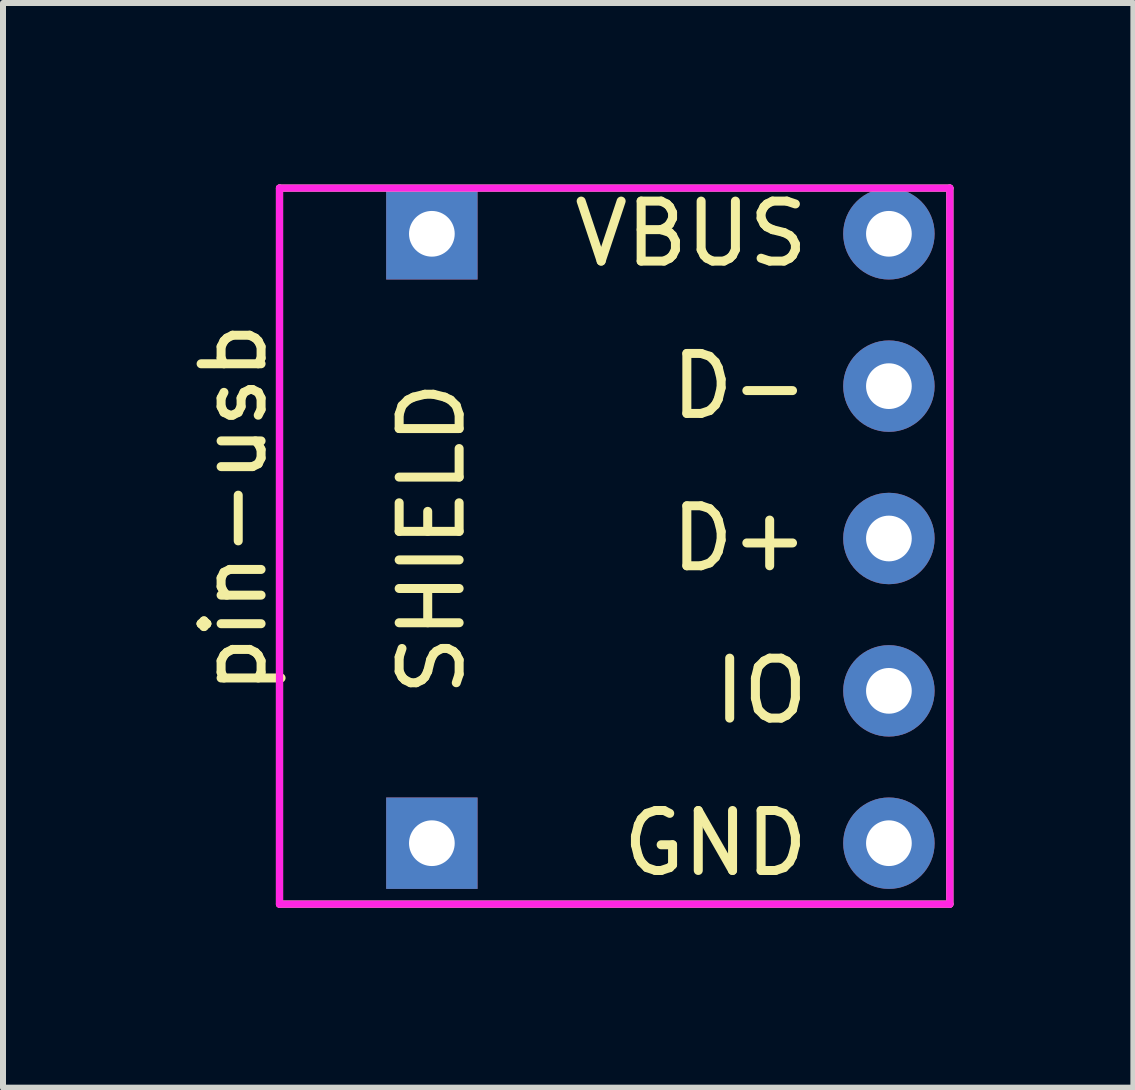
<source format=kicad_pcb>
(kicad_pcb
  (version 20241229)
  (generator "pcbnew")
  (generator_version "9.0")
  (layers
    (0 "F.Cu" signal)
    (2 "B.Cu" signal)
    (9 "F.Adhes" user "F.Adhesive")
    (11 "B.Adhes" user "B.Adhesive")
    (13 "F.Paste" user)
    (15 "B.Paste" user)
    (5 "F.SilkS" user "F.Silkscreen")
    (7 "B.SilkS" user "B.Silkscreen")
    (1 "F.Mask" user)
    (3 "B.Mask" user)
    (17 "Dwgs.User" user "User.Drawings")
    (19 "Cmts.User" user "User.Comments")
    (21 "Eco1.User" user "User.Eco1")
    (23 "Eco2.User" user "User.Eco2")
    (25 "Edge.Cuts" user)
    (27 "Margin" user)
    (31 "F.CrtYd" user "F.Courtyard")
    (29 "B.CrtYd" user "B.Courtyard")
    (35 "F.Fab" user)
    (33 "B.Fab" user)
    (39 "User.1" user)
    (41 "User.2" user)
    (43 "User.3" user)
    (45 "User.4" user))
  (footprint "pin-usb"
    (layer "F.Cu")
    (at 11.77 0.848)
    (property "Reference" "pin-usb" (at -10.922 4.572 90) (layer "F.SilkS") (effects (font (size 1 1) (thickness 0.15))))
    (attr through_hole)
    (fp_line (start -10.16 -0.762) (end -10.16 11.176) (stroke (width 0.12) (type solid)) (layer "F.SilkS"))
    (fp_line (start -10.16 -0.762) (end 1.016 -0.762) (stroke (width 0.12) (type solid)) (layer "F.SilkS"))
    (fp_line (start 1.016 -0.762) (end 1.016 11.176) (stroke (width 0.12) (type solid)) (layer "F.SilkS"))
    (fp_line (start 1.016 11.176) (end -10.16 11.176) (stroke (width 0.12) (type solid)) (layer "F.SilkS"))
    (fp_line (start -10.16 -0.762) (end 1.016 -0.762) (stroke (width 0.12) (type solid)) (layer "F.CrtYd"))
    (fp_line (start -10.16 11.176) (end -10.16 -0.762) (stroke (width 0.12) (type solid)) (layer "F.CrtYd"))
    (fp_line (start 1.016 -0.762) (end 1.016 11.176) (stroke (width 0.12) (type solid)) (layer "F.CrtYd"))
    (fp_line (start 1.016 11.176) (end -10.16 11.176) (stroke (width 0.12) (type solid)) (layer "F.CrtYd"))
    (fp_text user "IO" (at -1.27 7.62 0) (layer "F.SilkS") (effects (font (size 1 1) (thickness 0.15)) (justify right)))
    (fp_text user "D+" (at -1.27 5.08 0) (layer "F.SilkS") (effects (font (size 1 1) (thickness 0.15)) (justify right)))
    (fp_text user "VBUS" (at -1.27 0 0) (layer "F.SilkS") (effects (font (size 1 1) (thickness 0.15)) (justify right)))
    (fp_text user "GND" (at -1.27 10.16 0) (layer "F.SilkS") (effects (font (size 1 1) (thickness 0.15)) (justify right)))
    (fp_text user "SHIELD" (at -7.62 5.08 90) (layer "F.SilkS") (effects (font (size 1 1) (thickness 0.15))))
    (fp_text user "D-" (at -1.27 2.54 0) (layer "F.SilkS") (effects (font (size 1 1) (thickness 0.15)) (justify right)))
    (pad "1" thru_hole rect (at -7.62 0) (size 1.524 1.524) (drill 0.762) (layers "*.Cu" "*.Mask"))
    (pad "1" thru_hole rect (at -7.62 10.16) (size 1.524 1.524) (drill 0.762) (layers "*.Cu" "*.Mask"))
    (pad "2" thru_hole circle (at 0 0) (size 1.524 1.524) (drill 0.762) (layers "*.Cu" "*.Mask"))
    (pad "3" thru_hole circle (at 0 2.54) (size 1.524 1.524) (drill 0.762) (layers "*.Cu" "*.Mask"))
    (pad "4" thru_hole circle (at 0 5.08) (size 1.524 1.524) (drill 0.762) (layers "*.Cu" "*.Mask"))
    (pad "5" thru_hole circle (at 0 7.62) (size 1.524 1.524) (drill 0.762) (layers "*.Cu" "*.Mask"))
    (pad "6" thru_hole circle (at 0 10.16) (size 1.524 1.524) (drill 0.762) (layers "*.Cu" "*.Mask")))
  (gr_rect
    (start -3 -3)
    (end 15.846 15.084)
    (stroke (width 0.1) (type default))
    (fill no)
    (layer "Edge.Cuts")))
</source>
